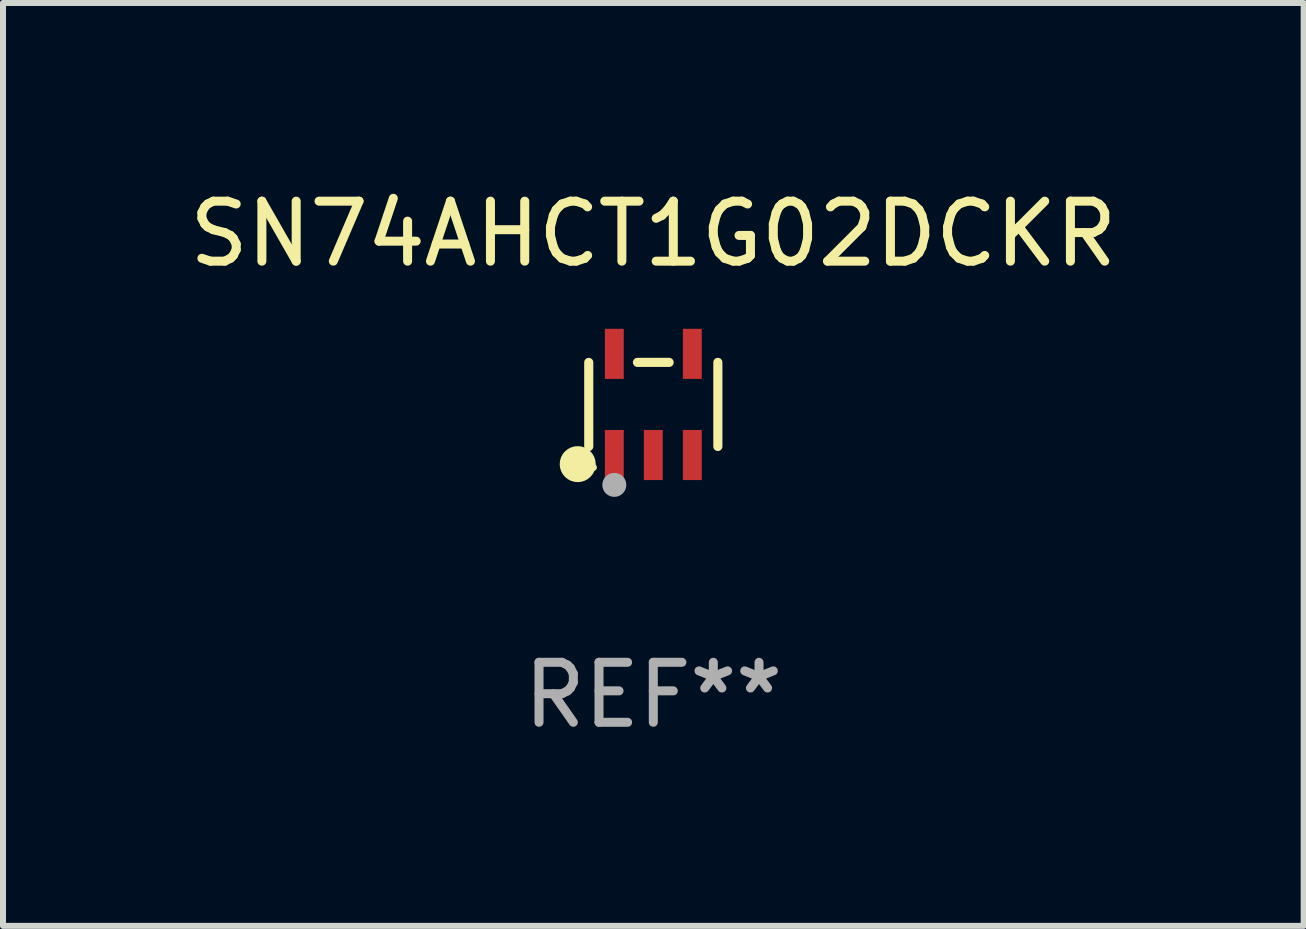
<source format=kicad_pcb>
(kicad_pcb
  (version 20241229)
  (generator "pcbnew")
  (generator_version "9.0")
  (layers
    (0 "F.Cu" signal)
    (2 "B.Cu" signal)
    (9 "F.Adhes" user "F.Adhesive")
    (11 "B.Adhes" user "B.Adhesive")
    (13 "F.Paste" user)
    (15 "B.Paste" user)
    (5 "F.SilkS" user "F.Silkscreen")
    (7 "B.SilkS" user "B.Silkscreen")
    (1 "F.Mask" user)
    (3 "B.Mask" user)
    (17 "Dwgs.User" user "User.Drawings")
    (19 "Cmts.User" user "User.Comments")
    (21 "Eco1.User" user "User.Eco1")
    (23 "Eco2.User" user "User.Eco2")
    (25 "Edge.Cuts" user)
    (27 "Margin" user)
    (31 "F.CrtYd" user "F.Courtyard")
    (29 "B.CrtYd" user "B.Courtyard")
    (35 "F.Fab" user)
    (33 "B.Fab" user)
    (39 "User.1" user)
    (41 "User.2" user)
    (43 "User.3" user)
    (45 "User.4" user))
  (footprint "SN74AHCT1G02DCKR"
    (layer "F.Cu")
    (at 7.839 3.691)
    (property "Reference" "SN74AHCT1G02DCKR" (at 0 -2.843 0) (layer "F.SilkS") (effects (font (size 1 1) (thickness 0.15))))
    (attr through_hole)
    (fp_line (start -1.076 0.701) (end -1.076 -0.701) (stroke (width 0.152) (type solid)) (layer "F.SilkS"))
    (fp_line (start 0.264 -0.701) (end -0.264 -0.701) (stroke (width 0.152) (type solid)) (layer "F.SilkS"))
    (fp_line (start 1.076 0.701) (end 1.076 -0.701) (stroke (width 0.152) (type solid)) (layer "F.SilkS"))
    (fp_circle (center -1.26 0.995) (end -1.11 0.995) (stroke (width 0.3) (type solid)) (fill no) (layer "F.SilkS"))
    (fp_circle (center -1 1.05) (end -0.97 1.05) (stroke (width 0.06) (type solid)) (fill no) (layer "F.SilkS"))
    (fp_circle (center -0.65 1.341) (end -0.55 1.341) (stroke (width 0.2) (type solid)) (fill no) (layer "F.Fab"))
    (fp_text user "REF**" (at 0 4.843 0) (layer "F.Fab") (effects (font (size 1 1) (thickness 0.15))))
    (pad "1" smd rect (at -0.65 0.843) (size 0.315 0.835) (layers "F.Cu" "F.Mask" "F.Paste"))
    (pad "2" smd rect (at 0.00014 0.843) (size 0.315 0.835) (layers "F.Cu" "F.Mask" "F.Paste"))
    (pad "3" smd rect (at 0.65 0.843) (size 0.315 0.835) (layers "F.Cu" "F.Mask" "F.Paste"))
    (pad "4" smd rect (at 0.65 -0.843) (size 0.315 0.835) (layers "F.Cu" "F.Mask" "F.Paste"))
    (pad "5" smd rect (at -0.65 -0.843) (size 0.315 0.835) (layers "F.Cu" "F.Mask" "F.Paste")))
  (gr_rect
    (start -3 -3)
    (end 18.679 12.382)
    (stroke (width 0.1) (type default))
    (fill no)
    (layer "Edge.Cuts")))
</source>
